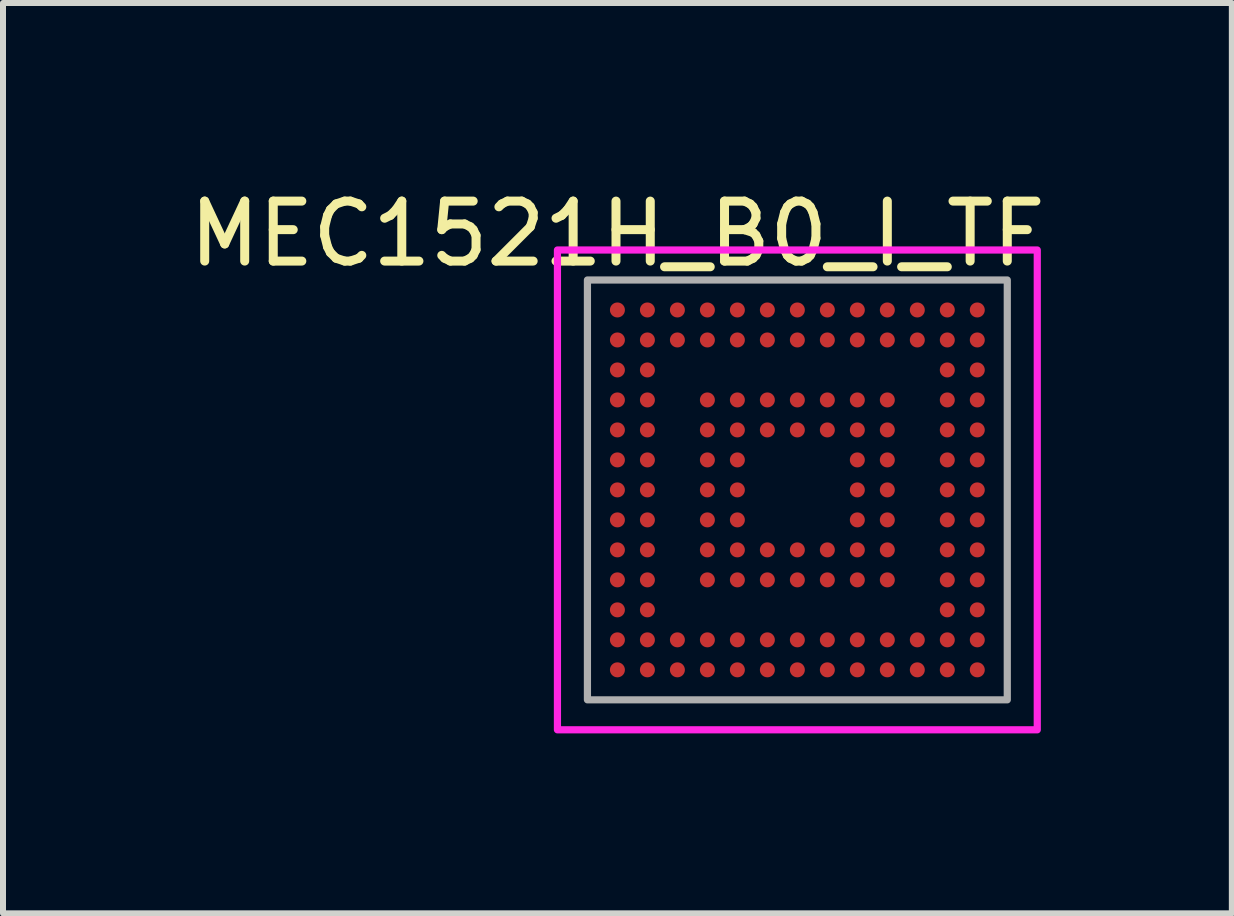
<source format=kicad_pcb>
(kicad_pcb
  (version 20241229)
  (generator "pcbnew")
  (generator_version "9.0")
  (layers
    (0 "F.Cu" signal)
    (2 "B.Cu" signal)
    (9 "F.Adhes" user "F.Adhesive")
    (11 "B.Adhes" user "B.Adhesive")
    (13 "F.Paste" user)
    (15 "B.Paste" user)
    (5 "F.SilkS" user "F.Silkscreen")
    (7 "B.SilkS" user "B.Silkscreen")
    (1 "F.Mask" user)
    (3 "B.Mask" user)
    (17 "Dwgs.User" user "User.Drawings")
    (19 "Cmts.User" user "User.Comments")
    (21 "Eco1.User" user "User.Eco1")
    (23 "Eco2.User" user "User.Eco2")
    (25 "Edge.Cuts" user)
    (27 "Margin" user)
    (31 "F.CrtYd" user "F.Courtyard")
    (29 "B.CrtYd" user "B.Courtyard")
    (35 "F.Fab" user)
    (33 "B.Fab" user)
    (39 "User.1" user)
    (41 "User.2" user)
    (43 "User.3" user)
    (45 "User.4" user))
  (footprint "MEC1521H_B0_I_TF"
    (layer "F.Cu")
    (at 7.244 2.118)
    (property "Reference" "MEC1521H_B0_I_TF" (at 0 -1.27 0) (layer "F.SilkS") (effects (font (size 1 1) (thickness 0.15))))
    (attr smd)
    (fp_rect (start -1 -1) (end 7 7) (stroke (width 0.12) (type default)) (fill no) (layer "F.CrtYd"))
    (fp_rect (start -0.5 -0.5) (end 6.5 6.5) (stroke (width 0.12) (type default)) (fill no) (layer "F.Fab"))
    (pad "A1" smd circle (at 0 0) (size 0.25 0.25) (layers "F.Cu" "F.Mask" "F.Paste"))
    (pad "A2" smd circle (at 0.5 0) (size 0.25 0.25) (layers "F.Cu" "F.Mask" "F.Paste"))
    (pad "A3" smd circle (at 1 0) (size 0.25 0.25) (layers "F.Cu" "F.Mask" "F.Paste"))
    (pad "A4" smd circle (at 1.5 0) (size 0.25 0.25) (layers "F.Cu" "F.Mask" "F.Paste"))
    (pad "A5" smd circle (at 2 0) (size 0.25 0.25) (layers "F.Cu" "F.Mask" "F.Paste"))
    (pad "A6" smd circle (at 2.5 0) (size 0.25 0.25) (layers "F.Cu" "F.Mask" "F.Paste"))
    (pad "A7" smd circle (at 3 0) (size 0.25 0.25) (layers "F.Cu" "F.Mask" "F.Paste"))
    (pad "A8" smd circle (at 3.5 0) (size 0.25 0.25) (layers "F.Cu" "F.Mask" "F.Paste"))
    (pad "A9" smd circle (at 4 0) (size 0.25 0.25) (layers "F.Cu" "F.Mask" "F.Paste"))
    (pad "A10" smd circle (at 4.5 0) (size 0.25 0.25) (layers "F.Cu" "F.Mask" "F.Paste"))
    (pad "A11" smd circle (at 5 0) (size 0.25 0.25) (layers "F.Cu" "F.Mask" "F.Paste"))
    (pad "A12" smd circle (at 5.5 0) (size 0.25 0.25) (layers "F.Cu" "F.Mask" "F.Paste"))
    (pad "A13" smd circle (at 6 0) (size 0.25 0.25) (layers "F.Cu" "F.Mask" "F.Paste"))
    (pad "B1" smd circle (at 0 0.5) (size 0.25 0.25) (layers "F.Cu" "F.Mask" "F.Paste"))
    (pad "B2" smd circle (at 0.5 0.5) (size 0.25 0.25) (layers "F.Cu" "F.Mask" "F.Paste"))
    (pad "B3" smd circle (at 1 0.5) (size 0.25 0.25) (layers "F.Cu" "F.Mask" "F.Paste"))
    (pad "B4" smd circle (at 1.5 0.5) (size 0.25 0.25) (layers "F.Cu" "F.Mask" "F.Paste"))
    (pad "B5" smd circle (at 2 0.5) (size 0.25 0.25) (layers "F.Cu" "F.Mask" "F.Paste"))
    (pad "B6" smd circle (at 2.5 0.5) (size 0.25 0.25) (layers "F.Cu" "F.Mask" "F.Paste"))
    (pad "B7" smd circle (at 3 0.5) (size 0.25 0.25) (layers "F.Cu" "F.Mask" "F.Paste"))
    (pad "B8" smd circle (at 3.5 0.5) (size 0.25 0.25) (layers "F.Cu" "F.Mask" "F.Paste"))
    (pad "B9" smd circle (at 4 0.5) (size 0.25 0.25) (layers "F.Cu" "F.Mask" "F.Paste"))
    (pad "B10" smd circle (at 4.5 0.5) (size 0.25 0.25) (layers "F.Cu" "F.Mask" "F.Paste"))
    (pad "B11" smd circle (at 5 0.5) (size 0.25 0.25) (layers "F.Cu" "F.Mask" "F.Paste"))
    (pad "B12" smd circle (at 5.5 0.5) (size 0.25 0.25) (layers "F.Cu" "F.Mask" "F.Paste"))
    (pad "B13" smd circle (at 6 0.5) (size 0.25 0.25) (layers "F.Cu" "F.Mask" "F.Paste"))
    (pad "C1" smd circle (at 0 1) (size 0.25 0.25) (layers "F.Cu" "F.Mask" "F.Paste"))
    (pad "C2" smd circle (at 0.5 1) (size 0.25 0.25) (layers "F.Cu" "F.Mask" "F.Paste"))
    (pad "C12" smd circle (at 5.5 1) (size 0.25 0.25) (layers "F.Cu" "F.Mask" "F.Paste"))
    (pad "C13" smd circle (at 6 1) (size 0.25 0.25) (layers "F.Cu" "F.Mask" "F.Paste"))
    (pad "D1" smd circle (at 0 1.5) (size 0.25 0.25) (layers "F.Cu" "F.Mask" "F.Paste"))
    (pad "D2" smd circle (at 0.5 1.5) (size 0.25 0.25) (layers "F.Cu" "F.Mask" "F.Paste"))
    (pad "D4" smd circle (at 1.5 1.5) (size 0.25 0.25) (layers "F.Cu" "F.Mask" "F.Paste"))
    (pad "D5" smd circle (at 2 1.5) (size 0.25 0.25) (layers "F.Cu" "F.Mask" "F.Paste"))
    (pad "D6" smd circle (at 2.5 1.5) (size 0.25 0.25) (layers "F.Cu" "F.Mask" "F.Paste"))
    (pad "D7" smd circle (at 3 1.5) (size 0.25 0.25) (layers "F.Cu" "F.Mask" "F.Paste"))
    (pad "D8" smd circle (at 3.5 1.5) (size 0.25 0.25) (layers "F.Cu" "F.Mask" "F.Paste"))
    (pad "D9" smd circle (at 4 1.5) (size 0.25 0.25) (layers "F.Cu" "F.Mask" "F.Paste"))
    (pad "D10" smd circle (at 4.5 1.5) (size 0.25 0.25) (layers "F.Cu" "F.Mask" "F.Paste"))
    (pad "D12" smd circle (at 5.5 1.5) (size 0.25 0.25) (layers "F.Cu" "F.Mask" "F.Paste"))
    (pad "D13" smd circle (at 6 1.5) (size 0.25 0.25) (layers "F.Cu" "F.Mask" "F.Paste"))
    (pad "E1" smd circle (at 0 2) (size 0.25 0.25) (layers "F.Cu" "F.Mask" "F.Paste"))
    (pad "E2" smd circle (at 0.5 2) (size 0.25 0.25) (layers "F.Cu" "F.Mask" "F.Paste"))
    (pad "E4" smd circle (at 1.5 2) (size 0.25 0.25) (layers "F.Cu" "F.Mask" "F.Paste"))
    (pad "E5" smd circle (at 2 2) (size 0.25 0.25) (layers "F.Cu" "F.Mask" "F.Paste"))
    (pad "E6" smd circle (at 2.5 2) (size 0.25 0.25) (layers "F.Cu" "F.Mask" "F.Paste"))
    (pad "E7" smd circle (at 3 2) (size 0.25 0.25) (layers "F.Cu" "F.Mask" "F.Paste"))
    (pad "E8" smd circle (at 3.5 2) (size 0.25 0.25) (layers "F.Cu" "F.Mask" "F.Paste"))
    (pad "E9" smd circle (at 4 2) (size 0.25 0.25) (layers "F.Cu" "F.Mask" "F.Paste"))
    (pad "E10" smd circle (at 4.5 2) (size 0.25 0.25) (layers "F.Cu" "F.Mask" "F.Paste"))
    (pad "E12" smd circle (at 5.5 2) (size 0.25 0.25) (layers "F.Cu" "F.Mask" "F.Paste"))
    (pad "E13" smd circle (at 6 2) (size 0.25 0.25) (layers "F.Cu" "F.Mask" "F.Paste"))
    (pad "F1" smd circle (at 0 2.5) (size 0.25 0.25) (layers "F.Cu" "F.Mask" "F.Paste"))
    (pad "F2" smd circle (at 0.5 2.5) (size 0.25 0.25) (layers "F.Cu" "F.Mask" "F.Paste"))
    (pad "F4" smd circle (at 1.5 2.5) (size 0.25 0.25) (layers "F.Cu" "F.Mask" "F.Paste"))
    (pad "F5" smd circle (at 2 2.5) (size 0.25 0.25) (layers "F.Cu" "F.Mask" "F.Paste"))
    (pad "F9" smd circle (at 4 2.5) (size 0.25 0.25) (layers "F.Cu" "F.Mask" "F.Paste"))
    (pad "F10" smd circle (at 4.5 2.5) (size 0.25 0.25) (layers "F.Cu" "F.Mask" "F.Paste"))
    (pad "F12" smd circle (at 5.5 2.5) (size 0.25 0.25) (layers "F.Cu" "F.Mask" "F.Paste"))
    (pad "F13" smd circle (at 6 2.5) (size 0.25 0.25) (layers "F.Cu" "F.Mask" "F.Paste"))
    (pad "G1" smd circle (at 0 3) (size 0.25 0.25) (layers "F.Cu" "F.Mask" "F.Paste"))
    (pad "G2" smd circle (at 0.5 3) (size 0.25 0.25) (layers "F.Cu" "F.Mask" "F.Paste"))
    (pad "G4" smd circle (at 1.5 3) (size 0.25 0.25) (layers "F.Cu" "F.Mask" "F.Paste"))
    (pad "G5" smd circle (at 2 3) (size 0.25 0.25) (layers "F.Cu" "F.Mask" "F.Paste"))
    (pad "G9" smd circle (at 4 3) (size 0.25 0.25) (layers "F.Cu" "F.Mask" "F.Paste"))
    (pad "G10" smd circle (at 4.5 3) (size 0.25 0.25) (layers "F.Cu" "F.Mask" "F.Paste"))
    (pad "G12" smd circle (at 5.5 3) (size 0.25 0.25) (layers "F.Cu" "F.Mask" "F.Paste"))
    (pad "G13" smd circle (at 6 3) (size 0.25 0.25) (layers "F.Cu" "F.Mask" "F.Paste"))
    (pad "H1" smd circle (at 0 3.5) (size 0.25 0.25) (layers "F.Cu" "F.Mask" "F.Paste"))
    (pad "H2" smd circle (at 0.5 3.5) (size 0.25 0.25) (layers "F.Cu" "F.Mask" "F.Paste"))
    (pad "H4" smd circle (at 1.5 3.5) (size 0.25 0.25) (layers "F.Cu" "F.Mask" "F.Paste"))
    (pad "H5" smd circle (at 2 3.5) (size 0.25 0.25) (layers "F.Cu" "F.Mask" "F.Paste"))
    (pad "H9" smd circle (at 4 3.5) (size 0.25 0.25) (layers "F.Cu" "F.Mask" "F.Paste"))
    (pad "H10" smd circle (at 4.5 3.5) (size 0.25 0.25) (layers "F.Cu" "F.Mask" "F.Paste"))
    (pad "H12" smd circle (at 5.5 3.5) (size 0.25 0.25) (layers "F.Cu" "F.Mask" "F.Paste"))
    (pad "H13" smd circle (at 6 3.5) (size 0.25 0.25) (layers "F.Cu" "F.Mask" "F.Paste"))
    (pad "J1" smd circle (at 0 4) (size 0.25 0.25) (layers "F.Cu" "F.Mask" "F.Paste"))
    (pad "J2" smd circle (at 0.5 4) (size 0.25 0.25) (layers "F.Cu" "F.Mask" "F.Paste"))
    (pad "J4" smd circle (at 1.5 4) (size 0.25 0.25) (layers "F.Cu" "F.Mask" "F.Paste"))
    (pad "J5" smd circle (at 2 4) (size 0.25 0.25) (layers "F.Cu" "F.Mask" "F.Paste"))
    (pad "J6" smd circle (at 2.5 4) (size 0.25 0.25) (layers "F.Cu" "F.Mask" "F.Paste"))
    (pad "J7" smd circle (at 3 4) (size 0.25 0.25) (layers "F.Cu" "F.Mask" "F.Paste"))
    (pad "J8" smd circle (at 3.5 4) (size 0.25 0.25) (layers "F.Cu" "F.Mask" "F.Paste"))
    (pad "J9" smd circle (at 4 4) (size 0.25 0.25) (layers "F.Cu" "F.Mask" "F.Paste"))
    (pad "J10" smd circle (at 4.5 4) (size 0.25 0.25) (layers "F.Cu" "F.Mask" "F.Paste"))
    (pad "J12" smd circle (at 5.5 4) (size 0.25 0.25) (layers "F.Cu" "F.Mask" "F.Paste"))
    (pad "J13" smd circle (at 6 4) (size 0.25 0.25) (layers "F.Cu" "F.Mask" "F.Paste"))
    (pad "K1" smd circle (at 0 4.5) (size 0.25 0.25) (layers "F.Cu" "F.Mask" "F.Paste"))
    (pad "K2" smd circle (at 0.5 4.5) (size 0.25 0.25) (layers "F.Cu" "F.Mask" "F.Paste"))
    (pad "K4" smd circle (at 1.5 4.5) (size 0.25 0.25) (layers "F.Cu" "F.Mask" "F.Paste"))
    (pad "K5" smd circle (at 2 4.5) (size 0.25 0.25) (layers "F.Cu" "F.Mask" "F.Paste"))
    (pad "K6" smd circle (at 2.5 4.5) (size 0.25 0.25) (layers "F.Cu" "F.Mask" "F.Paste"))
    (pad "K7" smd circle (at 3 4.5) (size 0.25 0.25) (layers "F.Cu" "F.Mask" "F.Paste"))
    (pad "K8" smd circle (at 3.5 4.5) (size 0.25 0.25) (layers "F.Cu" "F.Mask" "F.Paste"))
    (pad "K9" smd circle (at 4 4.5) (size 0.25 0.25) (layers "F.Cu" "F.Mask" "F.Paste"))
    (pad "K10" smd circle (at 4.5 4.5) (size 0.25 0.25) (layers "F.Cu" "F.Mask" "F.Paste"))
    (pad "K12" smd circle (at 5.5 4.5) (size 0.25 0.25) (layers "F.Cu" "F.Mask" "F.Paste"))
    (pad "K13" smd circle (at 6 4.5) (size 0.25 0.25) (layers "F.Cu" "F.Mask" "F.Paste"))
    (pad "L1" smd circle (at 0 5) (size 0.25 0.25) (layers "F.Cu" "F.Mask" "F.Paste"))
    (pad "L2" smd circle (at 0.5 5) (size 0.25 0.25) (layers "F.Cu" "F.Mask" "F.Paste"))
    (pad "L12" smd circle (at 5.5 5) (size 0.25 0.25) (layers "F.Cu" "F.Mask" "F.Paste"))
    (pad "L13" smd circle (at 6 5) (size 0.25 0.25) (layers "F.Cu" "F.Mask" "F.Paste"))
    (pad "M1" smd circle (at 0 5.5) (size 0.25 0.25) (layers "F.Cu" "F.Mask" "F.Paste"))
    (pad "M2" smd circle (at 0.5 5.5) (size 0.25 0.25) (layers "F.Cu" "F.Mask" "F.Paste"))
    (pad "M3" smd circle (at 1 5.5) (size 0.25 0.25) (layers "F.Cu" "F.Mask" "F.Paste"))
    (pad "M4" smd circle (at 1.5 5.5) (size 0.25 0.25) (layers "F.Cu" "F.Mask" "F.Paste"))
    (pad "M5" smd circle (at 2 5.5) (size 0.25 0.25) (layers "F.Cu" "F.Mask" "F.Paste"))
    (pad "M6" smd circle (at 2.5 5.5) (size 0.25 0.25) (layers "F.Cu" "F.Mask" "F.Paste"))
    (pad "M7" smd circle (at 3 5.5) (size 0.25 0.25) (layers "F.Cu" "F.Mask" "F.Paste"))
    (pad "M8" smd circle (at 3.5 5.5) (size 0.25 0.25) (layers "F.Cu" "F.Mask" "F.Paste"))
    (pad "M9" smd circle (at 4 5.5) (size 0.25 0.25) (layers "F.Cu" "F.Mask" "F.Paste"))
    (pad "M10" smd circle (at 4.5 5.5) (size 0.25 0.25) (layers "F.Cu" "F.Mask" "F.Paste"))
    (pad "M11" smd circle (at 5 5.5) (size 0.25 0.25) (layers "F.Cu" "F.Mask" "F.Paste"))
    (pad "M12" smd circle (at 5.5 5.5) (size 0.25 0.25) (layers "F.Cu" "F.Mask" "F.Paste"))
    (pad "M13" smd circle (at 6 5.5) (size 0.25 0.25) (layers "F.Cu" "F.Mask" "F.Paste"))
    (pad "N1" smd circle (at 0 6) (size 0.25 0.25) (layers "F.Cu" "F.Mask" "F.Paste"))
    (pad "N2" smd circle (at 0.5 6) (size 0.25 0.25) (layers "F.Cu" "F.Mask" "F.Paste"))
    (pad "N3" smd circle (at 1 6) (size 0.25 0.25) (layers "F.Cu" "F.Mask" "F.Paste"))
    (pad "N4" smd circle (at 1.5 6) (size 0.25 0.25) (layers "F.Cu" "F.Mask" "F.Paste"))
    (pad "N5" smd circle (at 2 6) (size 0.25 0.25) (layers "F.Cu" "F.Mask" "F.Paste"))
    (pad "N6" smd circle (at 2.5 6) (size 0.25 0.25) (layers "F.Cu" "F.Mask" "F.Paste"))
    (pad "N7" smd circle (at 3 6) (size 0.25 0.25) (layers "F.Cu" "F.Mask" "F.Paste"))
    (pad "N8" smd circle (at 3.5 6) (size 0.25 0.25) (layers "F.Cu" "F.Mask" "F.Paste"))
    (pad "N9" smd circle (at 4 6) (size 0.25 0.25) (layers "F.Cu" "F.Mask" "F.Paste"))
    (pad "N10" smd circle (at 4.5 6) (size 0.25 0.25) (layers "F.Cu" "F.Mask" "F.Paste"))
    (pad "N11" smd circle (at 5 6) (size 0.25 0.25) (layers "F.Cu" "F.Mask" "F.Paste"))
    (pad "N12" smd circle (at 5.5 6) (size 0.25 0.25) (layers "F.Cu" "F.Mask" "F.Paste"))
    (pad "N13" smd circle (at 6 6) (size 0.25 0.25) (layers "F.Cu" "F.Mask" "F.Paste")))
  (gr_rect
    (start -3 -3)
    (end 17.488 12.178)
    (stroke (width 0.1) (type default))
    (fill no)
    (layer "Edge.Cuts")))
</source>
